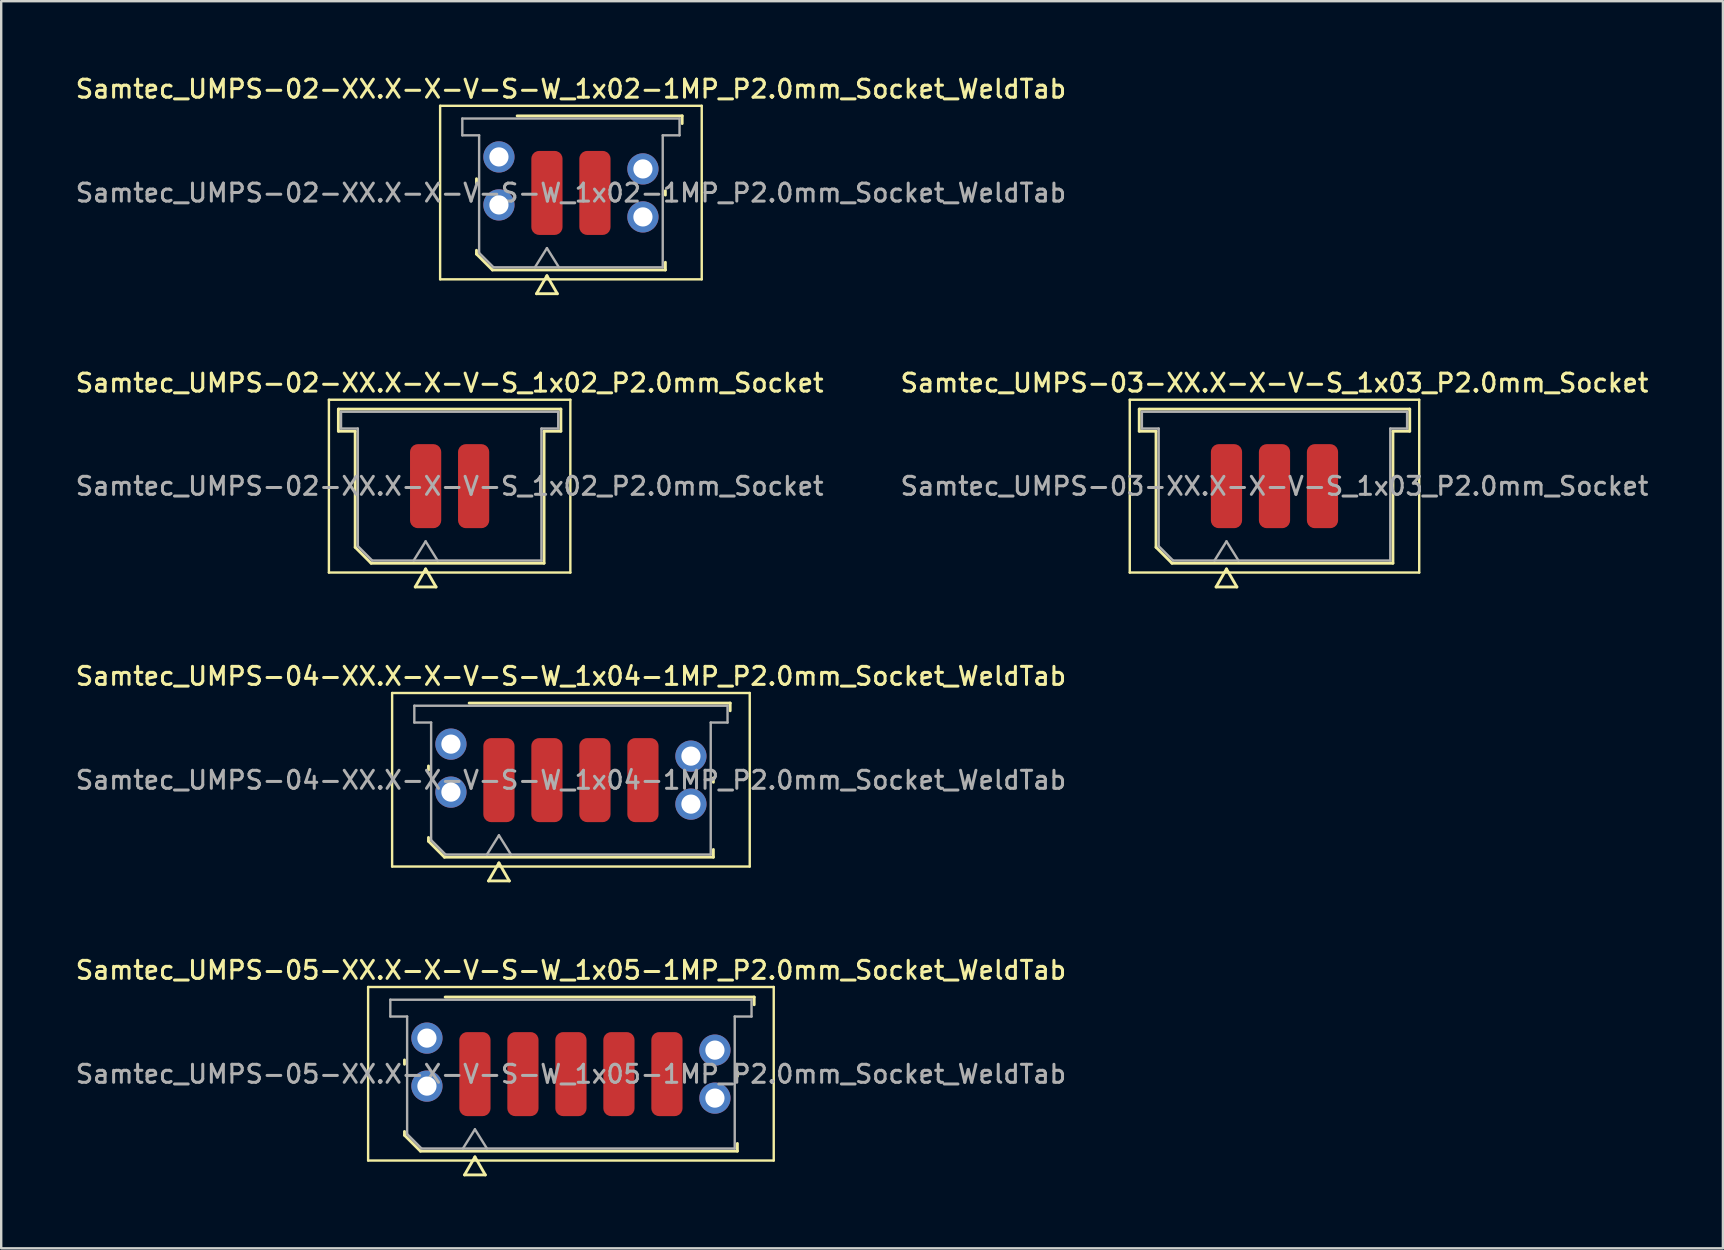
<source format=kicad_pcb>
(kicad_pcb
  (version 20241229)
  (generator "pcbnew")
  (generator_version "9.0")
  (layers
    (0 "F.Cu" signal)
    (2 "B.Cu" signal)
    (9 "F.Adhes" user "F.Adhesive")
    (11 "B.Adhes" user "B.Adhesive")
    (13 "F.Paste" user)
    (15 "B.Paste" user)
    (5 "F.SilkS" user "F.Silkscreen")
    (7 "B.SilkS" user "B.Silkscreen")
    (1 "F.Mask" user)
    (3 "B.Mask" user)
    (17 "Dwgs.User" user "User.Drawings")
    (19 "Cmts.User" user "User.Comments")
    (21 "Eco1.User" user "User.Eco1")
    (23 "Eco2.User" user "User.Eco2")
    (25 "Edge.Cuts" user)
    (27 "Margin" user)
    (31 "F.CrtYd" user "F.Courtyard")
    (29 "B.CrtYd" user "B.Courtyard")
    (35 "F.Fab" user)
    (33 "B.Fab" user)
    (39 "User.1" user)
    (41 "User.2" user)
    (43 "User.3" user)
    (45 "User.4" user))
  (footprint "Samtec_UMPS-03-XX.X-X-V-S_1x03_P2.0mm_Socket"
    (layer "F.Cu")
    (at 50.052 17.206)
    (property "Reference" "Samtec_UMPS-03-XX.X-X-V-S_1x03_P2.0mm_Socket" (at 0 -4.3 0) (layer "F.SilkS") (effects (font (size 0.75 0.75) (thickness 0.125))))
    (attr smd)
    (fp_line (start -6.03 -3.6) (end -6.03 3.6) (stroke (width 0.1) (type solid)) (layer "F.SilkS"))
    (fp_line (start -6.03 3.6) (end 6.03 3.6) (stroke (width 0.1) (type solid)) (layer "F.SilkS"))
    (fp_line (start -5.635 -3.21) (end 5.635 -3.21) (stroke (width 0.12) (type solid)) (layer "F.SilkS"))
    (fp_line (start -5.635 -2.29) (end -5.635 -3.21) (stroke (width 0.12) (type solid)) (layer "F.SilkS"))
    (fp_line (start -4.935 -2.29) (end -5.635 -2.29) (stroke (width 0.12) (type solid)) (layer "F.SilkS"))
    (fp_line (start -4.935 2.546) (end -4.935 -2.29) (stroke (width 0.12) (type solid)) (layer "F.SilkS"))
    (fp_line (start -4.271 3.21) (end -4.935 2.546) (stroke (width 0.12) (type solid)) (layer "F.SilkS"))
    (fp_line (start -2.433 4.2) (end -2 3.45) (stroke (width 0.12) (type solid)) (layer "F.SilkS"))
    (fp_line (start -2 3.45) (end -1.567 4.2) (stroke (width 0.12) (type solid)) (layer "F.SilkS"))
    (fp_line (start -1.567 4.2) (end -2.433 4.2) (stroke (width 0.12) (type solid)) (layer "F.SilkS"))
    (fp_line (start 4.935 -2.29) (end 4.935 3.21) (stroke (width 0.12) (type solid)) (layer "F.SilkS"))
    (fp_line (start 4.935 3.21) (end -4.271 3.21) (stroke (width 0.12) (type solid)) (layer "F.SilkS"))
    (fp_line (start 5.635 -3.21) (end 5.635 -2.29) (stroke (width 0.12) (type solid)) (layer "F.SilkS"))
    (fp_line (start 5.635 -2.29) (end 4.935 -2.29) (stroke (width 0.12) (type solid)) (layer "F.SilkS"))
    (fp_line (start 6.03 -3.6) (end -6.03 -3.6) (stroke (width 0.1) (type solid)) (layer "F.SilkS"))
    (fp_line (start 6.03 3.6) (end 6.03 -3.6) (stroke (width 0.1) (type solid)) (layer "F.SilkS"))
    (fp_line (start -5.525 -3.1) (end 5.525 -3.1) (stroke (width 0.1) (type solid)) (layer "F.Fab"))
    (fp_line (start -5.525 -2.4) (end -5.525 -3.1) (stroke (width 0.1) (type solid)) (layer "F.Fab"))
    (fp_line (start -4.825 -2.4) (end -5.525 -2.4) (stroke (width 0.1) (type solid)) (layer "F.Fab"))
    (fp_line (start -4.825 2.5) (end -4.825 -2.4) (stroke (width 0.1) (type solid)) (layer "F.Fab"))
    (fp_line (start -4.225 3.1) (end -4.825 2.5) (stroke (width 0.1) (type solid)) (layer "F.Fab"))
    (fp_line (start -2.5 3.1) (end -2 2.3) (stroke (width 0.1) (type solid)) (layer "F.Fab"))
    (fp_line (start -2 2.3) (end -1.5 3.1) (stroke (width 0.1) (type solid)) (layer "F.Fab"))
    (fp_line (start 4.825 -2.4) (end 4.825 3.1) (stroke (width 0.1) (type solid)) (layer "F.Fab"))
    (fp_line (start 4.825 3.1) (end -4.225 3.1) (stroke (width 0.1) (type solid)) (layer "F.Fab"))
    (fp_line (start 5.525 -3.1) (end 5.525 -2.4) (stroke (width 0.1) (type solid)) (layer "F.Fab"))
    (fp_line (start 5.525 -2.4) (end 4.825 -2.4) (stroke (width 0.1) (type solid)) (layer "F.Fab"))
    (fp_text user "${REFERENCE}" (at 0 0 0) (layer "F.Fab") (effects (font (size 0.75 0.75) (thickness 0.125))))
    (pad "1" smd roundrect (at -2 0) (size 1.3 3.5) (layers "F.Cu" "F.Mask" "F.Paste") (roundrect_rratio 0.25))
    (pad "2" smd roundrect (at 0 0) (size 1.3 3.5) (layers "F.Cu" "F.Mask" "F.Paste") (roundrect_rratio 0.25))
    (pad "3" smd roundrect (at 2 0) (size 1.3 3.5) (layers "F.Cu" "F.Mask" "F.Paste") (roundrect_rratio 0.25)))
  (footprint "Samtec_UMPS-02-XX.X-X-V-S-W_1x02-1MP_P2.0mm_Socket_WeldTab"
    (layer "F.Cu")
    (at 20.738 4.988)
    (property "Reference" "Samtec_UMPS-02-XX.X-X-V-S-W_1x02-1MP_P2.0mm_Socket_WeldTab" (at 0 -4.33 0) (layer "F.SilkS") (effects (font (size 0.75 0.75) (thickness 0.125))))
    (attr smd)
    (fp_line (start -5.45 -3.63) (end -5.45 3.6) (stroke (width 0.1) (type solid)) (layer "F.SilkS"))
    (fp_line (start -5.45 3.6) (end 5.45 3.6) (stroke (width 0.1) (type solid)) (layer "F.SilkS"))
    (fp_line (start -3.935 -0.41) (end -3.935 -0.59) (stroke (width 0.12) (type solid)) (layer "F.SilkS"))
    (fp_line (start -3.935 2.546) (end -3.935 2.39) (stroke (width 0.12) (type solid)) (layer "F.SilkS"))
    (fp_line (start -3.271 3.21) (end -3.935 2.546) (stroke (width 0.12) (type solid)) (layer "F.SilkS"))
    (fp_line (start -2.24 -3.21) (end 4.635 -3.21) (stroke (width 0.12) (type solid)) (layer "F.SilkS"))
    (fp_line (start -1.433 4.2) (end -1 3.45) (stroke (width 0.12) (type solid)) (layer "F.SilkS"))
    (fp_line (start -1 3.45) (end -0.567 4.2) (stroke (width 0.12) (type solid)) (layer "F.SilkS"))
    (fp_line (start -0.567 4.2) (end -1.433 4.2) (stroke (width 0.12) (type solid)) (layer "F.SilkS"))
    (fp_line (start 3.935 -0.09) (end 3.935 0.09) (stroke (width 0.12) (type solid)) (layer "F.SilkS"))
    (fp_line (start 3.935 2.89) (end 3.935 3.21) (stroke (width 0.12) (type solid)) (layer "F.SilkS"))
    (fp_line (start 3.935 3.21) (end -3.271 3.21) (stroke (width 0.12) (type solid)) (layer "F.SilkS"))
    (fp_line (start 4.635 -3.21) (end 4.635 -2.89) (stroke (width 0.12) (type solid)) (layer "F.SilkS"))
    (fp_line (start 5.45 -3.63) (end -5.45 -3.63) (stroke (width 0.1) (type solid)) (layer "F.SilkS"))
    (fp_line (start 5.45 3.6) (end 5.45 -3.63) (stroke (width 0.1) (type solid)) (layer "F.SilkS"))
    (fp_line (start -4.525 -3.1) (end 4.525 -3.1) (stroke (width 0.1) (type solid)) (layer "F.Fab"))
    (fp_line (start -4.525 -2.4) (end -4.525 -3.1) (stroke (width 0.1) (type solid)) (layer "F.Fab"))
    (fp_line (start -3.825 -2.4) (end -4.525 -2.4) (stroke (width 0.1) (type solid)) (layer "F.Fab"))
    (fp_line (start -3.825 2.5) (end -3.825 -2.4) (stroke (width 0.1) (type solid)) (layer "F.Fab"))
    (fp_line (start -3.225 3.1) (end -3.825 2.5) (stroke (width 0.1) (type solid)) (layer "F.Fab"))
    (fp_line (start -1.5 3.1) (end -1 2.3) (stroke (width 0.1) (type solid)) (layer "F.Fab"))
    (fp_line (start -1 2.3) (end -0.5 3.1) (stroke (width 0.1) (type solid)) (layer "F.Fab"))
    (fp_line (start 3.825 -2.4) (end 3.825 3.1) (stroke (width 0.1) (type solid)) (layer "F.Fab"))
    (fp_line (start 3.825 3.1) (end -3.225 3.1) (stroke (width 0.1) (type solid)) (layer "F.Fab"))
    (fp_line (start 4.525 -3.1) (end 4.525 -2.4) (stroke (width 0.1) (type solid)) (layer "F.Fab"))
    (fp_line (start 4.525 -2.4) (end 3.825 -2.4) (stroke (width 0.1) (type solid)) (layer "F.Fab"))
    (fp_text user "${REFERENCE}" (at 0 0 0) (layer "F.Fab") (effects (font (size 0.75 0.75) (thickness 0.125))))
    (pad "" smd rect (at -3.725 -1.99) (size 2.45 2.28) (layers "F.Paste"))
    (pad "" smd rect (at -3.725 0.99) (size 2.45 2.28) (layers "F.Paste"))
    (pad "" smd rect (at 3.725 -1.49) (size 2.45 2.28) (layers "F.Paste"))
    (pad "" smd rect (at 3.725 1.49) (size 2.45 2.28) (layers "F.Paste"))
    (pad "1" smd roundrect (at -1 0) (size 1.3 3.5) (layers "F.Cu" "F.Mask" "F.Paste") (roundrect_rratio 0.25))
    (pad "2" smd roundrect (at 1 0) (size 1.3 3.5) (layers "F.Cu" "F.Mask" "F.Paste") (roundrect_rratio 0.25))
    (pad "MP" thru_hole circle (at -3 -1.5) (size 1.3 1.3) (drill 0.8) (layers "*.Cu" "*.Mask"))
    (pad "MP" thru_hole circle (at -3 0.5) (size 1.3 1.3) (drill 0.8) (layers "*.Cu" "*.Mask"))
    (pad "MP" thru_hole circle (at 3 -1) (size 1.3 1.3) (drill 0.8) (layers "*.Cu" "*.Mask"))
    (pad "MP" thru_hole circle (at 3 1) (size 1.3 1.3) (drill 0.8) (layers "*.Cu" "*.Mask")))
  (footprint "Samtec_UMPS-04-XX.X-X-V-S-W_1x04-1MP_P2.0mm_Socket_WeldTab"
    (layer "F.Cu")
    (at 20.738 29.454)
    (property "Reference" "Samtec_UMPS-04-XX.X-X-V-S-W_1x04-1MP_P2.0mm_Socket_WeldTab" (at 0 -4.33 0) (layer "F.SilkS") (effects (font (size 0.75 0.75) (thickness 0.125))))
    (attr smd)
    (fp_line (start -7.45 -3.63) (end -7.45 3.6) (stroke (width 0.1) (type solid)) (layer "F.SilkS"))
    (fp_line (start -7.45 3.6) (end 7.45 3.6) (stroke (width 0.1) (type solid)) (layer "F.SilkS"))
    (fp_line (start -5.935 -0.41) (end -5.935 -0.59) (stroke (width 0.12) (type solid)) (layer "F.SilkS"))
    (fp_line (start -5.935 2.546) (end -5.935 2.39) (stroke (width 0.12) (type solid)) (layer "F.SilkS"))
    (fp_line (start -5.271 3.21) (end -5.935 2.546) (stroke (width 0.12) (type solid)) (layer "F.SilkS"))
    (fp_line (start -4.24 -3.21) (end 6.635 -3.21) (stroke (width 0.12) (type solid)) (layer "F.SilkS"))
    (fp_line (start -3.433 4.2) (end -3 3.45) (stroke (width 0.12) (type solid)) (layer "F.SilkS"))
    (fp_line (start -3 3.45) (end -2.567 4.2) (stroke (width 0.12) (type solid)) (layer "F.SilkS"))
    (fp_line (start -2.567 4.2) (end -3.433 4.2) (stroke (width 0.12) (type solid)) (layer "F.SilkS"))
    (fp_line (start 5.935 -0.09) (end 5.935 0.09) (stroke (width 0.12) (type solid)) (layer "F.SilkS"))
    (fp_line (start 5.935 2.89) (end 5.935 3.21) (stroke (width 0.12) (type solid)) (layer "F.SilkS"))
    (fp_line (start 5.935 3.21) (end -5.271 3.21) (stroke (width 0.12) (type solid)) (layer "F.SilkS"))
    (fp_line (start 6.635 -3.21) (end 6.635 -2.89) (stroke (width 0.12) (type solid)) (layer "F.SilkS"))
    (fp_line (start 7.45 -3.63) (end -7.45 -3.63) (stroke (width 0.1) (type solid)) (layer "F.SilkS"))
    (fp_line (start 7.45 3.6) (end 7.45 -3.63) (stroke (width 0.1) (type solid)) (layer "F.SilkS"))
    (fp_line (start -6.525 -3.1) (end 6.525 -3.1) (stroke (width 0.1) (type solid)) (layer "F.Fab"))
    (fp_line (start -6.525 -2.4) (end -6.525 -3.1) (stroke (width 0.1) (type solid)) (layer "F.Fab"))
    (fp_line (start -5.825 -2.4) (end -6.525 -2.4) (stroke (width 0.1) (type solid)) (layer "F.Fab"))
    (fp_line (start -5.825 2.5) (end -5.825 -2.4) (stroke (width 0.1) (type solid)) (layer "F.Fab"))
    (fp_line (start -5.225 3.1) (end -5.825 2.5) (stroke (width 0.1) (type solid)) (layer "F.Fab"))
    (fp_line (start -3.5 3.1) (end -3 2.3) (stroke (width 0.1) (type solid)) (layer "F.Fab"))
    (fp_line (start -3 2.3) (end -2.5 3.1) (stroke (width 0.1) (type solid)) (layer "F.Fab"))
    (fp_line (start 5.825 -2.4) (end 5.825 3.1) (stroke (width 0.1) (type solid)) (layer "F.Fab"))
    (fp_line (start 5.825 3.1) (end -5.225 3.1) (stroke (width 0.1) (type solid)) (layer "F.Fab"))
    (fp_line (start 6.525 -3.1) (end 6.525 -2.4) (stroke (width 0.1) (type solid)) (layer "F.Fab"))
    (fp_line (start 6.525 -2.4) (end 5.825 -2.4) (stroke (width 0.1) (type solid)) (layer "F.Fab"))
    (fp_text user "${REFERENCE}" (at 0 0 0) (layer "F.Fab") (effects (font (size 0.75 0.75) (thickness 0.125))))
    (pad "" smd rect (at -5.725 -1.99) (size 2.45 2.28) (layers "F.Paste"))
    (pad "" smd rect (at -5.725 0.99) (size 2.45 2.28) (layers "F.Paste"))
    (pad "" smd rect (at 5.725 -1.49) (size 2.45 2.28) (layers "F.Paste"))
    (pad "" smd rect (at 5.725 1.49) (size 2.45 2.28) (layers "F.Paste"))
    (pad "1" smd roundrect (at -3 0) (size 1.3 3.5) (layers "F.Cu" "F.Mask" "F.Paste") (roundrect_rratio 0.25))
    (pad "2" smd roundrect (at -1 0) (size 1.3 3.5) (layers "F.Cu" "F.Mask" "F.Paste") (roundrect_rratio 0.25))
    (pad "3" smd roundrect (at 1 0) (size 1.3 3.5) (layers "F.Cu" "F.Mask" "F.Paste") (roundrect_rratio 0.25))
    (pad "4" smd roundrect (at 3 0) (size 1.3 3.5) (layers "F.Cu" "F.Mask" "F.Paste") (roundrect_rratio 0.25))
    (pad "MP" thru_hole circle (at -5 -1.5) (size 1.3 1.3) (drill 0.8) (layers "*.Cu" "*.Mask"))
    (pad "MP" thru_hole circle (at -5 0.5) (size 1.3 1.3) (drill 0.8) (layers "*.Cu" "*.Mask"))
    (pad "MP" thru_hole circle (at 5 -1) (size 1.3 1.3) (drill 0.8) (layers "*.Cu" "*.Mask"))
    (pad "MP" thru_hole circle (at 5 1) (size 1.3 1.3) (drill 0.8) (layers "*.Cu" "*.Mask")))
  (footprint "Samtec_UMPS-05-XX.X-X-V-S-W_1x05-1MP_P2.0mm_Socket_WeldTab"
    (layer "F.Cu")
    (at 20.738 41.703)
    (property "Reference" "Samtec_UMPS-05-XX.X-X-V-S-W_1x05-1MP_P2.0mm_Socket_WeldTab" (at 0 -4.33 0) (layer "F.SilkS") (effects (font (size 0.75 0.75) (thickness 0.125))))
    (attr smd)
    (fp_line (start -8.45 -3.63) (end -8.45 3.6) (stroke (width 0.1) (type solid)) (layer "F.SilkS"))
    (fp_line (start -8.45 3.6) (end 8.45 3.6) (stroke (width 0.1) (type solid)) (layer "F.SilkS"))
    (fp_line (start -6.935 -0.41) (end -6.935 -0.59) (stroke (width 0.12) (type solid)) (layer "F.SilkS"))
    (fp_line (start -6.935 2.546) (end -6.935 2.39) (stroke (width 0.12) (type solid)) (layer "F.SilkS"))
    (fp_line (start -6.271 3.21) (end -6.935 2.546) (stroke (width 0.12) (type solid)) (layer "F.SilkS"))
    (fp_line (start -5.24 -3.21) (end 7.635 -3.21) (stroke (width 0.12) (type solid)) (layer "F.SilkS"))
    (fp_line (start -4.433 4.2) (end -4 3.45) (stroke (width 0.12) (type solid)) (layer "F.SilkS"))
    (fp_line (start -4 3.45) (end -3.567 4.2) (stroke (width 0.12) (type solid)) (layer "F.SilkS"))
    (fp_line (start -3.567 4.2) (end -4.433 4.2) (stroke (width 0.12) (type solid)) (layer "F.SilkS"))
    (fp_line (start 6.935 -0.09) (end 6.935 0.09) (stroke (width 0.12) (type solid)) (layer "F.SilkS"))
    (fp_line (start 6.935 2.89) (end 6.935 3.21) (stroke (width 0.12) (type solid)) (layer "F.SilkS"))
    (fp_line (start 6.935 3.21) (end -6.271 3.21) (stroke (width 0.12) (type solid)) (layer "F.SilkS"))
    (fp_line (start 7.635 -3.21) (end 7.635 -2.89) (stroke (width 0.12) (type solid)) (layer "F.SilkS"))
    (fp_line (start 8.45 -3.63) (end -8.45 -3.63) (stroke (width 0.1) (type solid)) (layer "F.SilkS"))
    (fp_line (start 8.45 3.6) (end 8.45 -3.63) (stroke (width 0.1) (type solid)) (layer "F.SilkS"))
    (fp_line (start -7.525 -3.1) (end 7.525 -3.1) (stroke (width 0.1) (type solid)) (layer "F.Fab"))
    (fp_line (start -7.525 -2.4) (end -7.525 -3.1) (stroke (width 0.1) (type solid)) (layer "F.Fab"))
    (fp_line (start -6.825 -2.4) (end -7.525 -2.4) (stroke (width 0.1) (type solid)) (layer "F.Fab"))
    (fp_line (start -6.825 2.5) (end -6.825 -2.4) (stroke (width 0.1) (type solid)) (layer "F.Fab"))
    (fp_line (start -6.225 3.1) (end -6.825 2.5) (stroke (width 0.1) (type solid)) (layer "F.Fab"))
    (fp_line (start -4.5 3.1) (end -4 2.3) (stroke (width 0.1) (type solid)) (layer "F.Fab"))
    (fp_line (start -4 2.3) (end -3.5 3.1) (stroke (width 0.1) (type solid)) (layer "F.Fab"))
    (fp_line (start 6.825 -2.4) (end 6.825 3.1) (stroke (width 0.1) (type solid)) (layer "F.Fab"))
    (fp_line (start 6.825 3.1) (end -6.225 3.1) (stroke (width 0.1) (type solid)) (layer "F.Fab"))
    (fp_line (start 7.525 -3.1) (end 7.525 -2.4) (stroke (width 0.1) (type solid)) (layer "F.Fab"))
    (fp_line (start 7.525 -2.4) (end 6.825 -2.4) (stroke (width 0.1) (type solid)) (layer "F.Fab"))
    (fp_text user "${REFERENCE}" (at 0 0 0) (layer "F.Fab") (effects (font (size 0.75 0.75) (thickness 0.125))))
    (pad "" smd rect (at -6.725 -1.99) (size 2.45 2.28) (layers "F.Paste"))
    (pad "" smd rect (at -6.725 0.99) (size 2.45 2.28) (layers "F.Paste"))
    (pad "" smd rect (at 6.725 -1.49) (size 2.45 2.28) (layers "F.Paste"))
    (pad "" smd rect (at 6.725 1.49) (size 2.45 2.28) (layers "F.Paste"))
    (pad "1" smd roundrect (at -4 0) (size 1.3 3.5) (layers "F.Cu" "F.Mask" "F.Paste") (roundrect_rratio 0.25))
    (pad "2" smd roundrect (at -2 0) (size 1.3 3.5) (layers "F.Cu" "F.Mask" "F.Paste") (roundrect_rratio 0.25))
    (pad "3" smd roundrect (at 0 0) (size 1.3 3.5) (layers "F.Cu" "F.Mask" "F.Paste") (roundrect_rratio 0.25))
    (pad "4" smd roundrect (at 2 0) (size 1.3 3.5) (layers "F.Cu" "F.Mask" "F.Paste") (roundrect_rratio 0.25))
    (pad "5" smd roundrect (at 4 0) (size 1.3 3.5) (layers "F.Cu" "F.Mask" "F.Paste") (roundrect_rratio 0.25))
    (pad "MP" thru_hole circle (at -6 -1.5) (size 1.3 1.3) (drill 0.8) (layers "*.Cu" "*.Mask"))
    (pad "MP" thru_hole circle (at -6 0.5) (size 1.3 1.3) (drill 0.8) (layers "*.Cu" "*.Mask"))
    (pad "MP" thru_hole circle (at 6 -1) (size 1.3 1.3) (drill 0.8) (layers "*.Cu" "*.Mask"))
    (pad "MP" thru_hole circle (at 6 1) (size 1.3 1.3) (drill 0.8) (layers "*.Cu" "*.Mask")))
  (footprint "Samtec_UMPS-02-XX.X-X-V-S_1x02_P2.0mm_Socket"
    (layer "F.Cu")
    (at 15.684 17.206)
    (property "Reference" "Samtec_UMPS-02-XX.X-X-V-S_1x02_P2.0mm_Socket" (at 0 -4.3 0) (layer "F.SilkS") (effects (font (size 0.75 0.75) (thickness 0.125))))
    (attr smd)
    (fp_line (start -5.03 -3.6) (end -5.03 3.6) (stroke (width 0.1) (type solid)) (layer "F.SilkS"))
    (fp_line (start -5.03 3.6) (end 5.03 3.6) (stroke (width 0.1) (type solid)) (layer "F.SilkS"))
    (fp_line (start -4.635 -3.21) (end 4.635 -3.21) (stroke (width 0.12) (type solid)) (layer "F.SilkS"))
    (fp_line (start -4.635 -2.29) (end -4.635 -3.21) (stroke (width 0.12) (type solid)) (layer "F.SilkS"))
    (fp_line (start -3.935 -2.29) (end -4.635 -2.29) (stroke (width 0.12) (type solid)) (layer "F.SilkS"))
    (fp_line (start -3.935 2.546) (end -3.935 -2.29) (stroke (width 0.12) (type solid)) (layer "F.SilkS"))
    (fp_line (start -3.271 3.21) (end -3.935 2.546) (stroke (width 0.12) (type solid)) (layer "F.SilkS"))
    (fp_line (start -1.433 4.2) (end -1 3.45) (stroke (width 0.12) (type solid)) (layer "F.SilkS"))
    (fp_line (start -1 3.45) (end -0.567 4.2) (stroke (width 0.12) (type solid)) (layer "F.SilkS"))
    (fp_line (start -0.567 4.2) (end -1.433 4.2) (stroke (width 0.12) (type solid)) (layer "F.SilkS"))
    (fp_line (start 3.935 -2.29) (end 3.935 3.21) (stroke (width 0.12) (type solid)) (layer "F.SilkS"))
    (fp_line (start 3.935 3.21) (end -3.271 3.21) (stroke (width 0.12) (type solid)) (layer "F.SilkS"))
    (fp_line (start 4.635 -3.21) (end 4.635 -2.29) (stroke (width 0.12) (type solid)) (layer "F.SilkS"))
    (fp_line (start 4.635 -2.29) (end 3.935 -2.29) (stroke (width 0.12) (type solid)) (layer "F.SilkS"))
    (fp_line (start 5.03 -3.6) (end -5.03 -3.6) (stroke (width 0.1) (type solid)) (layer "F.SilkS"))
    (fp_line (start 5.03 3.6) (end 5.03 -3.6) (stroke (width 0.1) (type solid)) (layer "F.SilkS"))
    (fp_line (start -4.525 -3.1) (end 4.525 -3.1) (stroke (width 0.1) (type solid)) (layer "F.Fab"))
    (fp_line (start -4.525 -2.4) (end -4.525 -3.1) (stroke (width 0.1) (type solid)) (layer "F.Fab"))
    (fp_line (start -3.825 -2.4) (end -4.525 -2.4) (stroke (width 0.1) (type solid)) (layer "F.Fab"))
    (fp_line (start -3.825 2.5) (end -3.825 -2.4) (stroke (width 0.1) (type solid)) (layer "F.Fab"))
    (fp_line (start -3.225 3.1) (end -3.825 2.5) (stroke (width 0.1) (type solid)) (layer "F.Fab"))
    (fp_line (start -1.5 3.1) (end -1 2.3) (stroke (width 0.1) (type solid)) (layer "F.Fab"))
    (fp_line (start -1 2.3) (end -0.5 3.1) (stroke (width 0.1) (type solid)) (layer "F.Fab"))
    (fp_line (start 3.825 -2.4) (end 3.825 3.1) (stroke (width 0.1) (type solid)) (layer "F.Fab"))
    (fp_line (start 3.825 3.1) (end -3.225 3.1) (stroke (width 0.1) (type solid)) (layer "F.Fab"))
    (fp_line (start 4.525 -3.1) (end 4.525 -2.4) (stroke (width 0.1) (type solid)) (layer "F.Fab"))
    (fp_line (start 4.525 -2.4) (end 3.825 -2.4) (stroke (width 0.1) (type solid)) (layer "F.Fab"))
    (fp_text user "${REFERENCE}" (at 0 0 0) (layer "F.Fab") (effects (font (size 0.75 0.75) (thickness 0.125))))
    (pad "1" smd roundrect (at -1 0) (size 1.3 3.5) (layers "F.Cu" "F.Mask" "F.Paste") (roundrect_rratio 0.25))
    (pad "2" smd roundrect (at 1 0) (size 1.3 3.5) (layers "F.Cu" "F.Mask" "F.Paste") (roundrect_rratio 0.25)))
  (gr_rect
    (start -3 -3)
    (end 68.736 48.962)
    (stroke (width 0.1) (type default))
    (fill no)
    (layer "Edge.Cuts")))
</source>
